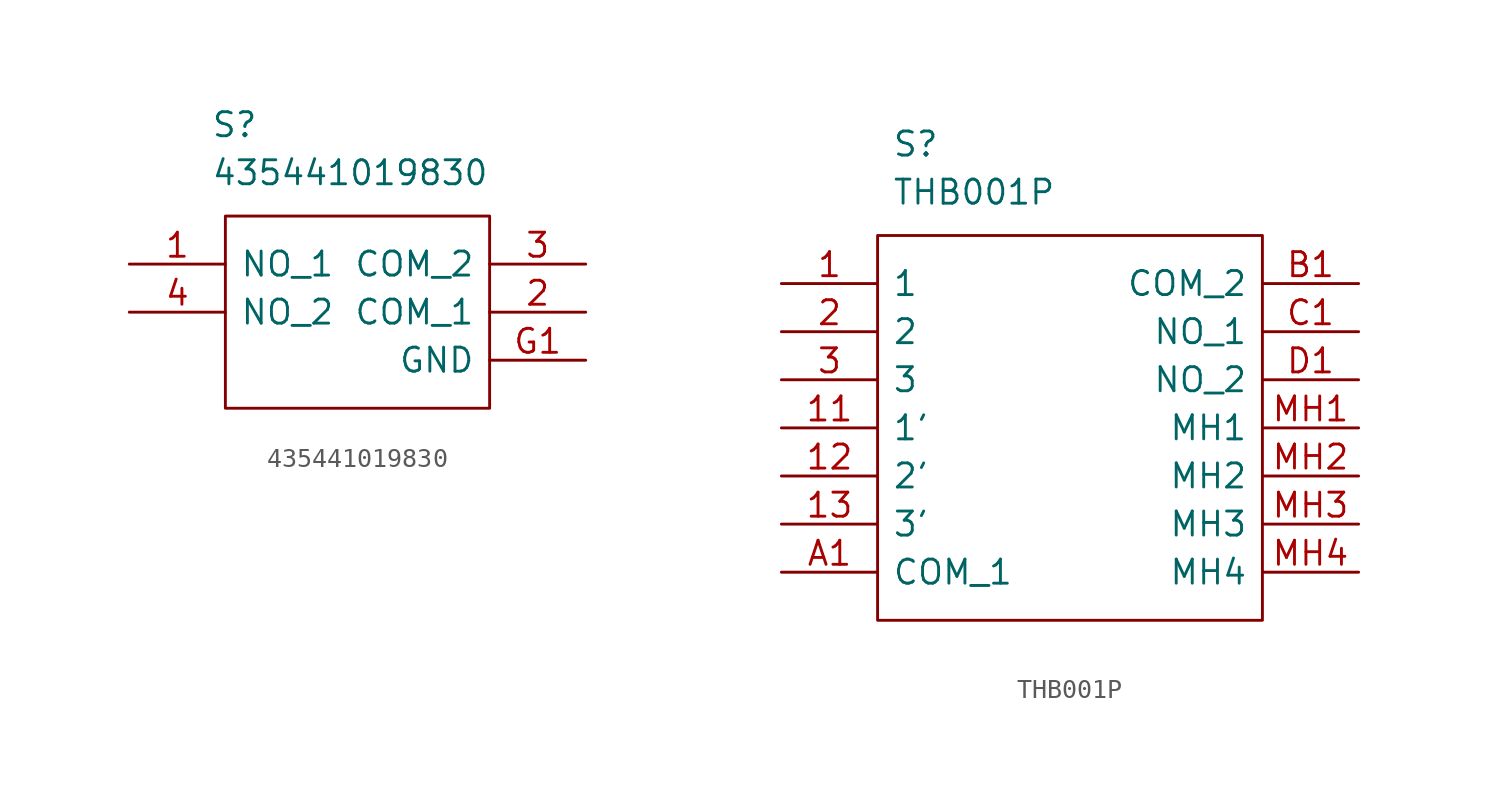
<source format=kicad_sym>
(kicad_symbol_lib
  (version 20231120)
  (generator "kicad_symbol_editor")
  (generator_version "8.0")
  (symbol "435441019830"
    (pin_names
      (offset 0.762))
    (property "Reference" "S"
      (at 4.318 7.366 0)
      (effects (font (size 1.27 1.27)) (justify left)))
    (property "Value" "435441019830"
      (at 4.318 4.826 0)
      (effects (font (size 1.27 1.27)) (justify left)))
    (symbol "435441019830_0_0"
      (pin passive line (at 0 0 0) (length 5.08) (name "NO_1" (effects (font (size 1.27 1.27)))) (number "1" (effects (font (size 1.27 1.27)))))
      (pin passive line (at 24.13 -2.54 180) (length 5.08) (name "COM_1" (effects (font (size 1.27 1.27)))) (number "2" (effects (font (size 1.27 1.27)))))
      (pin passive line (at 24.13 0 180) (length 5.08) (name "COM_2" (effects (font (size 1.27 1.27)))) (number "3" (effects (font (size 1.27 1.27)))))
      (pin passive line (at 0 -2.54 0) (length 5.08) (name "NO_2" (effects (font (size 1.27 1.27)))) (number "4" (effects (font (size 1.27 1.27)))))
      (pin passive line (at 24.13 -5.08 180) (length 5.08) (name "GND" (effects (font (size 1.27 1.27)))) (number "G1" (effects (font (size 1.27 1.27))))))
    (symbol "435441019830_0_1"
      (polyline (pts (xy 5.08 2.54) (xy 19.05 2.54) (xy 19.05 -7.62) (xy 5.08 -7.62) (xy 5.08 2.54)) (stroke (width 0.152) (type solid)) (fill (type none)))))
  (symbol "THB001P"
    (pin_names
      (offset 0.762))
    (property "Reference" "S"
      (at 5.842 7.366 0)
      (effects (font (size 1.27 1.27)) (justify left)))
    (property "Value" "THB001P"
      (at 5.842 4.826 0)
      (effects (font (size 1.27 1.27)) (justify left)))
    (symbol "THB001P_0_0"
      (pin passive line (at 0 0 0) (length 5.08) (name "1" (effects (font (size 1.27 1.27)))) (number "1" (effects (font (size 1.27 1.27)))))
      (pin passive line (at 0 -7.62 0) (length 5.08) (name "1'" (effects (font (size 1.27 1.27)))) (number "11" (effects (font (size 1.27 1.27)))))
      (pin passive line (at 0 -10.16 0) (length 5.08) (name "2'" (effects (font (size 1.27 1.27)))) (number "12" (effects (font (size 1.27 1.27)))))
      (pin passive line (at 0 -12.7 0) (length 5.08) (name "3'" (effects (font (size 1.27 1.27)))) (number "13" (effects (font (size 1.27 1.27)))))
      (pin passive line (at 0 -2.54 0) (length 5.08) (name "2" (effects (font (size 1.27 1.27)))) (number "2" (effects (font (size 1.27 1.27)))))
      (pin passive line (at 0 -5.08 0) (length 5.08) (name "3" (effects (font (size 1.27 1.27)))) (number "3" (effects (font (size 1.27 1.27)))))
      (pin passive line (at 0 -15.24 0) (length 5.08) (name "COM_1" (effects (font (size 1.27 1.27)))) (number "A1" (effects (font (size 1.27 1.27)))))
      (pin passive line (at 30.48 0 180) (length 5.08) (name "COM_2" (effects (font (size 1.27 1.27)))) (number "B1" (effects (font (size 1.27 1.27)))))
      (pin passive line (at 30.48 -2.54 180) (length 5.08) (name "NO_1" (effects (font (size 1.27 1.27)))) (number "C1" (effects (font (size 1.27 1.27)))))
      (pin passive line (at 30.48 -5.08 180) (length 5.08) (name "NO_2" (effects (font (size 1.27 1.27)))) (number "D1" (effects (font (size 1.27 1.27)))))
      (pin passive line (at 30.48 -7.62 180) (length 5.08) (name "MH1" (effects (font (size 1.27 1.27)))) (number "MH1" (effects (font (size 1.27 1.27)))))
      (pin passive line (at 30.48 -10.16 180) (length 5.08) (name "MH2" (effects (font (size 1.27 1.27)))) (number "MH2" (effects (font (size 1.27 1.27)))))
      (pin passive line (at 30.48 -12.7 180) (length 5.08) (name "MH3" (effects (font (size 1.27 1.27)))) (number "MH3" (effects (font (size 1.27 1.27)))))
      (pin passive line (at 30.48 -15.24 180) (length 5.08) (name "MH4" (effects (font (size 1.27 1.27)))) (number "MH4" (effects (font (size 1.27 1.27))))))
    (symbol "THB001P_0_1"
      (polyline (pts (xy 5.08 2.54) (xy 25.4 2.54) (xy 25.4 -17.78) (xy 5.08 -17.78) (xy 5.08 2.54)) (stroke (width 0.152) (type solid)) (fill (type none))))))
</source>
